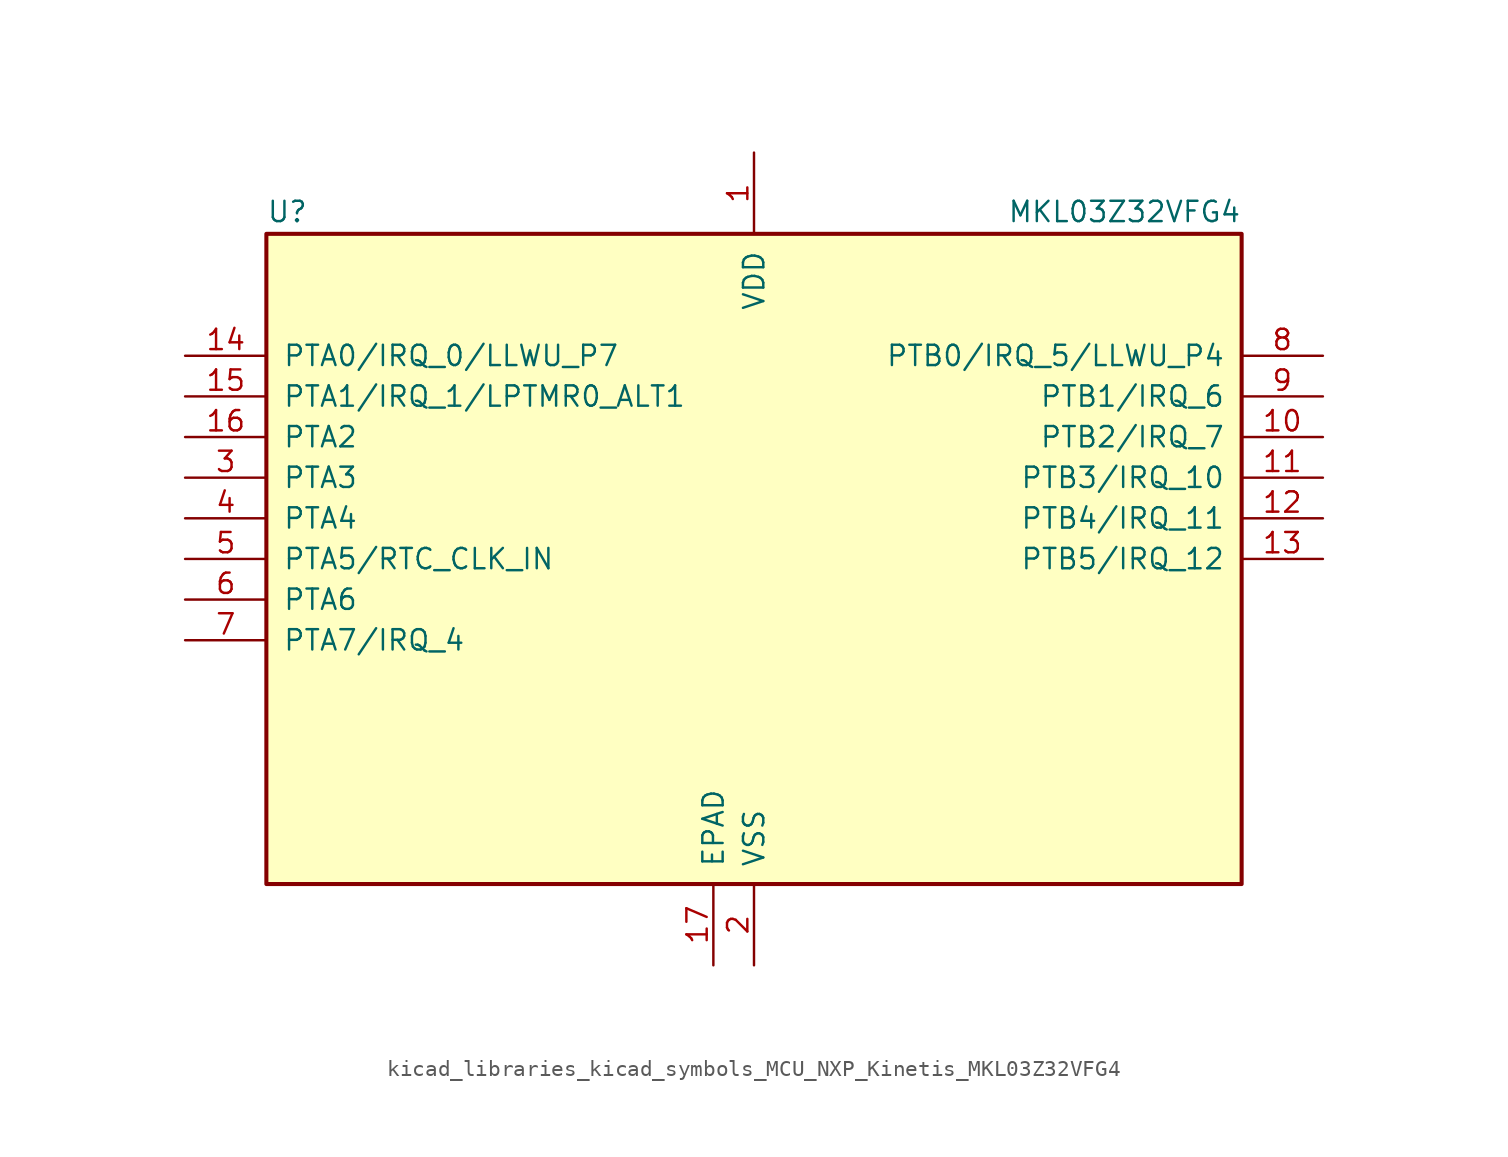
<source format=kicad_sym>
(kicad_symbol_lib
  (version 20220914)
  (generator kicad_symbol_editor)
  (symbol "kicad_libraries_kicad_symbols_MCU_NXP_Kinetis_MKL03Z32VFG4"
    (pin_names
      (offset 1.016))
    (property "Reference" "U"
      (at -30.48 20.955 0)
      (effects (font (size 1.27 1.27)) (justify left bottom)))
    (property "Value" "MKL03Z32VFG4"
      (at 30.48 20.955 0)
      (effects (font (size 1.27 1.27)) (justify right bottom)))
    (symbol "kicad_libraries_kicad_symbols_MCU_NXP_Kinetis_MKL03Z32VFG4_0_1"
      (rectangle (start -30.48 20.32) (end 30.48 -20.32) (stroke (width 0.254) (type default)) (fill (type background))))
    (symbol "kicad_libraries_kicad_symbols_MCU_NXP_Kinetis_MKL03Z32VFG4_1_1"
      (pin power_in line (at 0 25.4 270) (length 5.08) (name "VDD" (effects (font (size 1.27 1.27)))) (number "1" (effects (font (size 1.27 1.27)))))
      (pin bidirectional line (at 35.56 7.62 180) (length 5.08) (name "PTB2/IRQ_7" (effects (font (size 1.27 1.27)))) (number "10" (effects (font (size 1.27 1.27)))))
      (pin bidirectional line (at 35.56 5.08 180) (length 5.08) (name "PTB3/IRQ_10" (effects (font (size 1.27 1.27)))) (number "11" (effects (font (size 1.27 1.27)))))
      (pin bidirectional line (at 35.56 2.54 180) (length 5.08) (name "PTB4/IRQ_11" (effects (font (size 1.27 1.27)))) (number "12" (effects (font (size 1.27 1.27)))))
      (pin bidirectional line (at 35.56 0 180) (length 5.08) (name "PTB5/IRQ_12" (effects (font (size 1.27 1.27)))) (number "13" (effects (font (size 1.27 1.27)))))
      (pin bidirectional line (at -35.56 12.7 0) (length 5.08) (name "PTA0/IRQ_0/LLWU_P7" (effects (font (size 1.27 1.27)))) (number "14" (effects (font (size 1.27 1.27)))))
      (pin bidirectional line (at -35.56 10.16 0) (length 5.08) (name "PTA1/IRQ_1/LPTMR0_ALT1" (effects (font (size 1.27 1.27)))) (number "15" (effects (font (size 1.27 1.27)))))
      (pin bidirectional line (at -35.56 7.62 0) (length 5.08) (name "PTA2" (effects (font (size 1.27 1.27)))) (number "16" (effects (font (size 1.27 1.27)))))
      (pin power_in line (at -2.54 -25.4 90) (length 5.08) (name "EPAD" (effects (font (size 1.27 1.27)))) (number "17" (effects (font (size 1.27 1.27)))))
      (pin power_in line (at 0 -25.4 90) (length 5.08) (name "VSS" (effects (font (size 1.27 1.27)))) (number "2" (effects (font (size 1.27 1.27)))))
      (pin bidirectional line (at -35.56 5.08 0) (length 5.08) (name "PTA3" (effects (font (size 1.27 1.27)))) (number "3" (effects (font (size 1.27 1.27)))))
      (pin bidirectional line (at -35.56 2.54 0) (length 5.08) (name "PTA4" (effects (font (size 1.27 1.27)))) (number "4" (effects (font (size 1.27 1.27)))))
      (pin bidirectional line (at -35.56 0 0) (length 5.08) (name "PTA5/RTC_CLK_IN" (effects (font (size 1.27 1.27)))) (number "5" (effects (font (size 1.27 1.27)))))
      (pin bidirectional line (at -35.56 -2.54 0) (length 5.08) (name "PTA6" (effects (font (size 1.27 1.27)))) (number "6" (effects (font (size 1.27 1.27)))))
      (pin bidirectional line (at -35.56 -5.08 0) (length 5.08) (name "PTA7/IRQ_4" (effects (font (size 1.27 1.27)))) (number "7" (effects (font (size 1.27 1.27)))))
      (pin bidirectional line (at 35.56 12.7 180) (length 5.08) (name "PTB0/IRQ_5/LLWU_P4" (effects (font (size 1.27 1.27)))) (number "8" (effects (font (size 1.27 1.27)))))
      (pin bidirectional line (at 35.56 10.16 180) (length 5.08) (name "PTB1/IRQ_6" (effects (font (size 1.27 1.27)))) (number "9" (effects (font (size 1.27 1.27))))))))
</source>
